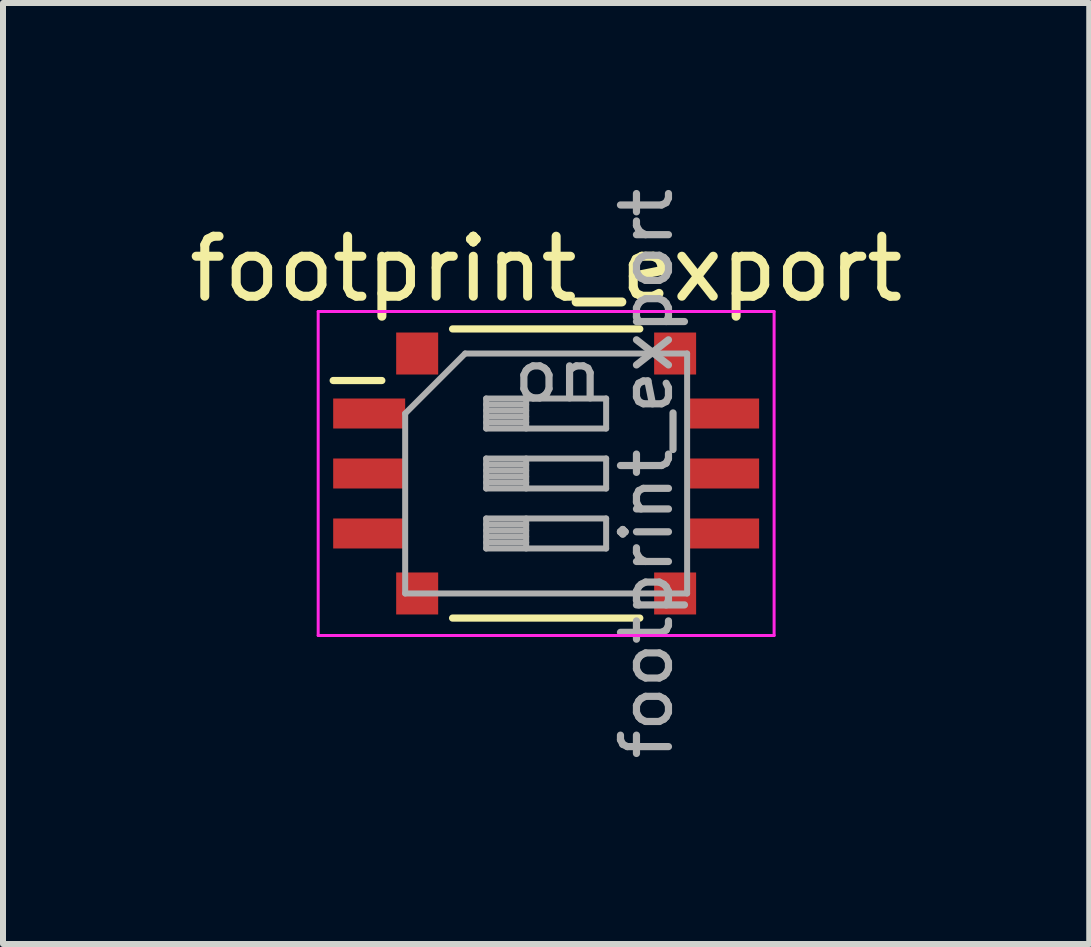
<source format=kicad_pcb>
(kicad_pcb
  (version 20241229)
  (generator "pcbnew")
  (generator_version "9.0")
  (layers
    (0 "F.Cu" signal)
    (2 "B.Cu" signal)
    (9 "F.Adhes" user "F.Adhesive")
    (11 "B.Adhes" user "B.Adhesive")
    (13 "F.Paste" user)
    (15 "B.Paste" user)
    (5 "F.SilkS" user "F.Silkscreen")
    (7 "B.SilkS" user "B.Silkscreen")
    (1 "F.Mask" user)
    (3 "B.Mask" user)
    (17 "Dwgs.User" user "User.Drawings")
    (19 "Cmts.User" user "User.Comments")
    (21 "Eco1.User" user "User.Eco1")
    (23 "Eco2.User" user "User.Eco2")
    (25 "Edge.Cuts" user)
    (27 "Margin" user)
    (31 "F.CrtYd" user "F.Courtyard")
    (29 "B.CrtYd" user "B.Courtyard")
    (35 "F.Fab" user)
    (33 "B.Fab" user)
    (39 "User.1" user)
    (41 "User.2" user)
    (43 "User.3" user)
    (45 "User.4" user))
  (footprint "footprint_export"
    (layer "F.Cu")
    (at 6.054 4.843)
    (property "Reference" "footprint_export" (at 0 -3.41 0) (layer "F.SilkS") (effects (font (size 1 1) (thickness 0.15))))
    (attr smd)
    (fp_line (start -3.55 -1.55) (end -2.739 -1.55) (stroke (width 0.12) (type solid)) (layer "F.SilkS"))
    (fp_line (start -1.56 -2.41) (end 1.561 -2.41) (stroke (width 0.12) (type solid)) (layer "F.SilkS"))
    (fp_line (start -1.56 2.41) (end 1.561 2.41) (stroke (width 0.12) (type solid)) (layer "F.SilkS"))
    (fp_line (start -3.8 -2.7) (end -3.8 2.7) (stroke (width 0.05) (type solid)) (layer "F.CrtYd"))
    (fp_line (start -3.8 2.7) (end 3.8 2.7) (stroke (width 0.05) (type solid)) (layer "F.CrtYd"))
    (fp_line (start 3.8 -2.7) (end -3.8 -2.7) (stroke (width 0.05) (type solid)) (layer "F.CrtYd"))
    (fp_line (start 3.8 2.7) (end 3.8 -2.7) (stroke (width 0.05) (type solid)) (layer "F.CrtYd"))
    (fp_line (start -2.35 -1) (end -1.35 -2) (stroke (width 0.1) (type solid)) (layer "F.Fab"))
    (fp_line (start -2.35 2) (end -2.35 -1) (stroke (width 0.1) (type solid)) (layer "F.Fab"))
    (fp_line (start -1.35 -2) (end 2.35 -2) (stroke (width 0.1) (type solid)) (layer "F.Fab"))
    (fp_line (start -1 -1.25) (end -1 -0.75) (stroke (width 0.1) (type solid)) (layer "F.Fab"))
    (fp_line (start -1 -1.15) (end -0.333 -1.15) (stroke (width 0.1) (type solid)) (layer "F.Fab"))
    (fp_line (start -1 -1.05) (end -0.333 -1.05) (stroke (width 0.1) (type solid)) (layer "F.Fab"))
    (fp_line (start -1 -0.95) (end -0.333 -0.95) (stroke (width 0.1) (type solid)) (layer "F.Fab"))
    (fp_line (start -1 -0.85) (end -0.333 -0.85) (stroke (width 0.1) (type solid)) (layer "F.Fab"))
    (fp_line (start -1 -0.75) (end 1 -0.75) (stroke (width 0.1) (type solid)) (layer "F.Fab"))
    (fp_line (start -1 -0.25) (end -1 0.25) (stroke (width 0.1) (type solid)) (layer "F.Fab"))
    (fp_line (start -1 -0.15) (end -0.333 -0.15) (stroke (width 0.1) (type solid)) (layer "F.Fab"))
    (fp_line (start -1 -0.05) (end -0.333 -0.05) (stroke (width 0.1) (type solid)) (layer "F.Fab"))
    (fp_line (start -1 0.05) (end -0.333 0.05) (stroke (width 0.1) (type solid)) (layer "F.Fab"))
    (fp_line (start -1 0.15) (end -0.333 0.15) (stroke (width 0.1) (type solid)) (layer "F.Fab"))
    (fp_line (start -1 0.25) (end 1 0.25) (stroke (width 0.1) (type solid)) (layer "F.Fab"))
    (fp_line (start -1 0.75) (end -1 1.25) (stroke (width 0.1) (type solid)) (layer "F.Fab"))
    (fp_line (start -1 0.85) (end -0.333 0.85) (stroke (width 0.1) (type solid)) (layer "F.Fab"))
    (fp_line (start -1 0.95) (end -0.333 0.95) (stroke (width 0.1) (type solid)) (layer "F.Fab"))
    (fp_line (start -1 1.05) (end -0.333 1.05) (stroke (width 0.1) (type solid)) (layer "F.Fab"))
    (fp_line (start -1 1.15) (end -0.333 1.15) (stroke (width 0.1) (type solid)) (layer "F.Fab"))
    (fp_line (start -1 1.25) (end 1 1.25) (stroke (width 0.1) (type solid)) (layer "F.Fab"))
    (fp_line (start -0.333 -1.25) (end -0.333 -0.75) (stroke (width 0.1) (type solid)) (layer "F.Fab"))
    (fp_line (start -0.333 -0.25) (end -0.333 0.25) (stroke (width 0.1) (type solid)) (layer "F.Fab"))
    (fp_line (start -0.333 0.75) (end -0.333 1.25) (stroke (width 0.1) (type solid)) (layer "F.Fab"))
    (fp_line (start 1 -1.25) (end -1 -1.25) (stroke (width 0.1) (type solid)) (layer "F.Fab"))
    (fp_line (start 1 -0.75) (end 1 -1.25) (stroke (width 0.1) (type solid)) (layer "F.Fab"))
    (fp_line (start 1 -0.25) (end -1 -0.25) (stroke (width 0.1) (type solid)) (layer "F.Fab"))
    (fp_line (start 1 0.25) (end 1 -0.25) (stroke (width 0.1) (type solid)) (layer "F.Fab"))
    (fp_line (start 1 0.75) (end -1 0.75) (stroke (width 0.1) (type solid)) (layer "F.Fab"))
    (fp_line (start 1 1.25) (end 1 0.75) (stroke (width 0.1) (type solid)) (layer "F.Fab"))
    (fp_line (start 2.35 -2) (end 2.35 2) (stroke (width 0.1) (type solid)) (layer "F.Fab"))
    (fp_line (start 2.35 2) (end -2.35 2) (stroke (width 0.1) (type solid)) (layer "F.Fab"))
    (fp_text user "on" (at 0.2 -1.625 0) (layer "F.Fab") (effects (font (size 0.8 0.8) (thickness 0.12))))
    (fp_text user "${REFERENCE}" (at 1.675 0 90) (layer "F.Fab") (effects (font (size 0.8 0.8) (thickness 0.12))))
    (pad "1" smd rect (at -2.95 -1) (size 1.2 0.5) (layers "F.Cu" "F.Mask" "F.Paste"))
    (pad "2" smd rect (at -2.95 0) (size 1.2 0.5) (layers "F.Cu" "F.Mask" "F.Paste"))
    (pad "3" smd rect (at -2.95 1) (size 1.2 0.5) (layers "F.Cu" "F.Mask" "F.Paste"))
    (pad "4" smd rect (at 2.95 1) (size 1.2 0.5) (layers "F.Cu" "F.Mask" "F.Paste"))
    (pad "5" smd rect (at 2.95 0) (size 1.2 0.5) (layers "F.Cu" "F.Mask" "F.Paste"))
    (pad "6" smd rect (at 2.95 -1) (size 1.2 0.5) (layers "F.Cu" "F.Mask" "F.Paste"))
    (pad "7" smd rect (at -2.15 -2) (size 0.7 0.7) (layers "F.Cu" "F.Mask" "F.Paste"))
    (pad "7" smd rect (at -2.15 2) (size 0.7 0.7) (layers "F.Cu" "F.Mask" "F.Paste"))
    (pad "7" smd rect (at 2.15 -2) (size 0.7 0.7) (layers "F.Cu" "F.Mask" "F.Paste"))
    (pad "7" smd rect (at 2.15 2) (size 0.7 0.7) (layers "F.Cu" "F.Mask" "F.Paste")))
  (gr_rect
    (start -3 -3)
    (end 15.107 12.686)
    (stroke (width 0.1) (type default))
    (fill no)
    (layer "Edge.Cuts")))
</source>
